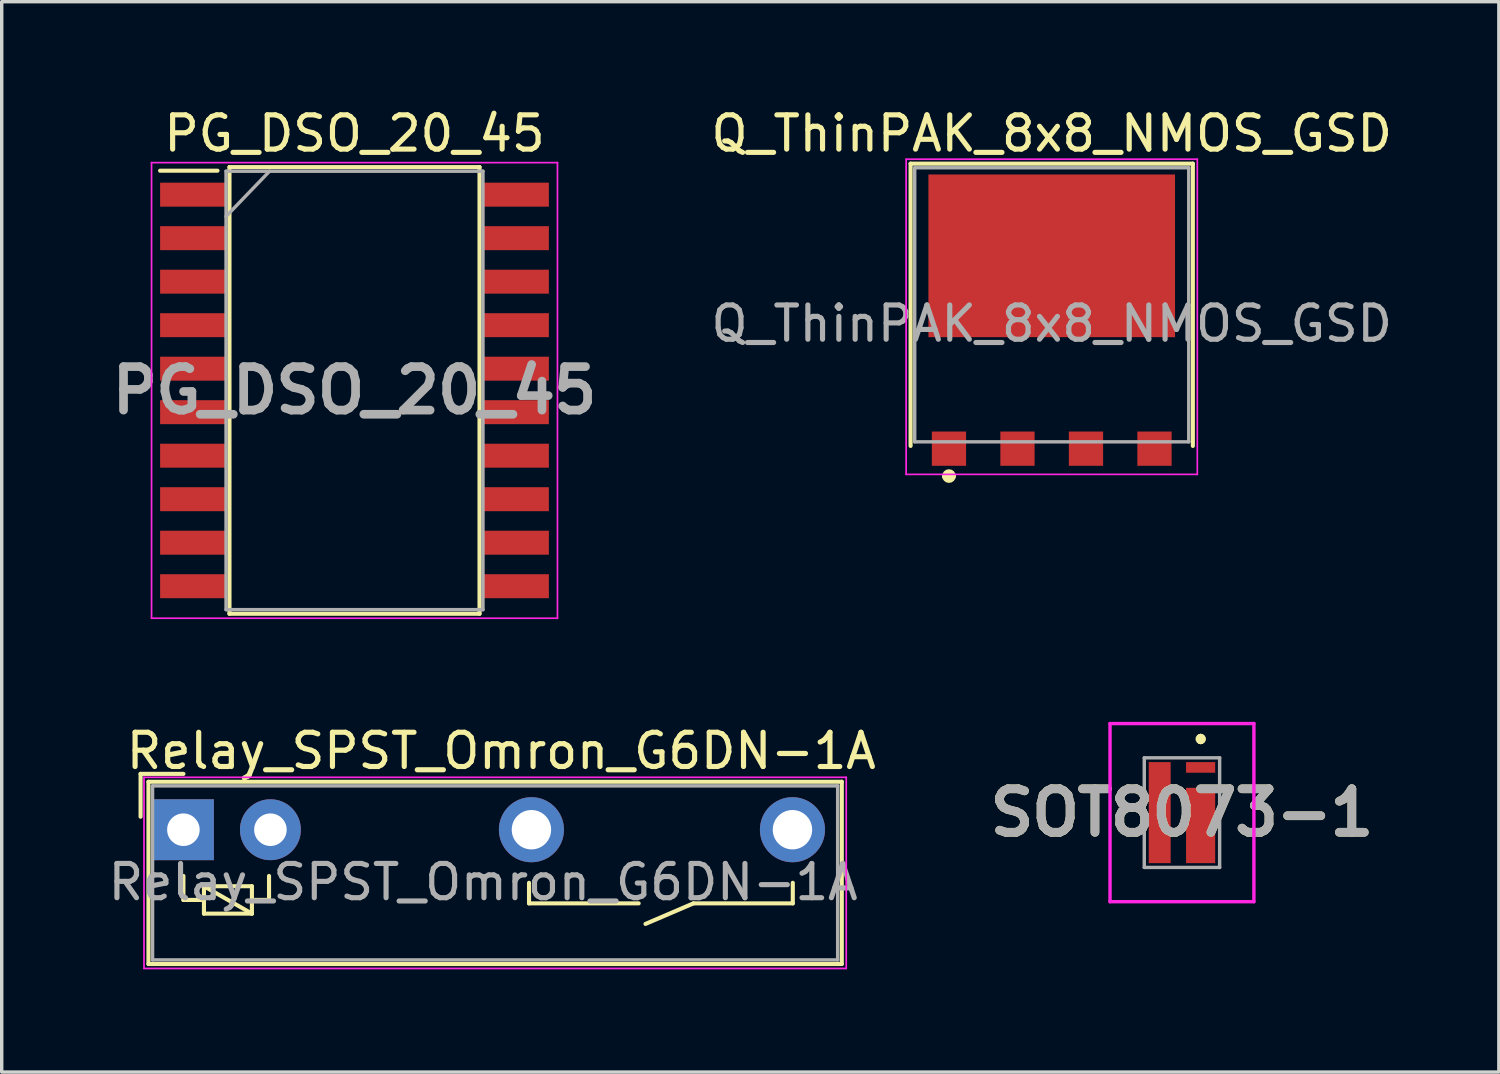
<source format=kicad_pcb>
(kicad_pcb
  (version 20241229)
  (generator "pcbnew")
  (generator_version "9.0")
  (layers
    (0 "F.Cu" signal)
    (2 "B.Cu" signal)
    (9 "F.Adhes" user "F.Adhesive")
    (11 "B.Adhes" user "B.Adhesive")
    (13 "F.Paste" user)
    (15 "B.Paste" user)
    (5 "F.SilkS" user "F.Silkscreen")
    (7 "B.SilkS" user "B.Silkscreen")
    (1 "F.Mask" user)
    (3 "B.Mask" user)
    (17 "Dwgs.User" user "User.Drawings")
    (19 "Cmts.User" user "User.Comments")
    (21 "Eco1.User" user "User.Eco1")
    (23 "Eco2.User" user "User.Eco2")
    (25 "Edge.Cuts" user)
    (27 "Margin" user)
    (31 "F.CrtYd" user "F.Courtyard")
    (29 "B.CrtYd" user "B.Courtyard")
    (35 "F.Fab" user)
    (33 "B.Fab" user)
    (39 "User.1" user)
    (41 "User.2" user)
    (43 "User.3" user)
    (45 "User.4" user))
  (footprint "PG_DSO_20_45"
    (layer "F.Cu")
    (at 7.299 8.348)
    (property "Reference" "PG_DSO_20_45" (at 0 -7.5 0) (layer "F.SilkS") (effects (font (size 1 1) (thickness 0.15))))
    (attr smd)
    (fp_line (start -5.675 -6.415) (end -4 -6.415) (stroke (width 0.12) (type solid)) (layer "F.SilkS"))
    (fp_line (start -3.65 -6.52) (end 3.65 -6.52) (stroke (width 0.12) (type solid)) (layer "F.SilkS"))
    (fp_line (start -3.65 6.52) (end -3.65 -6.52) (stroke (width 0.12) (type solid)) (layer "F.SilkS"))
    (fp_line (start 3.65 -6.52) (end 3.65 6.52) (stroke (width 0.12) (type solid)) (layer "F.SilkS"))
    (fp_line (start 3.65 6.52) (end -3.65 6.52) (stroke (width 0.12) (type solid)) (layer "F.SilkS"))
    (fp_line (start -5.925 -6.65) (end 5.925 -6.65) (stroke (width 0.05) (type solid)) (layer "F.CrtYd"))
    (fp_line (start -5.925 6.65) (end -5.925 -6.65) (stroke (width 0.05) (type solid)) (layer "F.CrtYd"))
    (fp_line (start 5.925 -6.65) (end 5.925 6.65) (stroke (width 0.05) (type solid)) (layer "F.CrtYd"))
    (fp_line (start 5.925 6.65) (end -5.925 6.65) (stroke (width 0.05) (type solid)) (layer "F.CrtYd"))
    (fp_line (start -3.75 -6.4) (end 3.75 -6.4) (stroke (width 0.1) (type solid)) (layer "F.Fab"))
    (fp_line (start -3.75 -5.08) (end -2.48 -6.4) (stroke (width 0.1) (type solid)) (layer "F.Fab"))
    (fp_line (start -3.75 6.4) (end -3.75 -6.4) (stroke (width 0.1) (type solid)) (layer "F.Fab"))
    (fp_line (start 3.75 -6.4) (end 3.75 6.4) (stroke (width 0.1) (type solid)) (layer "F.Fab"))
    (fp_line (start 3.75 6.4) (end -3.75 6.4) (stroke (width 0.1) (type solid)) (layer "F.Fab"))
    (fp_text user "${REFERENCE}" (at 0 0 0) (layer "F.Fab") (effects (font (size 1.27 1.27) (thickness 0.254))))
    (pad "1" smd rect (at -4.712 -5.715 90) (size 0.7 1.925) (layers "F.Cu" "F.Mask" "F.Paste"))
    (pad "2" smd rect (at -4.712 -4.445 90) (size 0.7 1.925) (layers "F.Cu" "F.Mask" "F.Paste"))
    (pad "3" smd rect (at -4.712 -3.175 90) (size 0.7 1.925) (layers "F.Cu" "F.Mask" "F.Paste"))
    (pad "4" smd rect (at -4.712 -1.905 90) (size 0.7 1.925) (layers "F.Cu" "F.Mask" "F.Paste"))
    (pad "5" smd rect (at -4.712 -0.635 90) (size 0.7 1.925) (layers "F.Cu" "F.Mask" "F.Paste"))
    (pad "6" smd rect (at -4.712 0.635 90) (size 0.7 1.925) (layers "F.Cu" "F.Mask" "F.Paste"))
    (pad "7" smd rect (at -4.712 1.905 90) (size 0.7 1.925) (layers "F.Cu" "F.Mask" "F.Paste"))
    (pad "8" smd rect (at -4.712 3.175 90) (size 0.7 1.925) (layers "F.Cu" "F.Mask" "F.Paste"))
    (pad "9" smd rect (at -4.712 4.445 90) (size 0.7 1.925) (layers "F.Cu" "F.Mask" "F.Paste"))
    (pad "10" smd rect (at -4.712 5.715 90) (size 0.7 1.925) (layers "F.Cu" "F.Mask" "F.Paste"))
    (pad "11" smd rect (at 4.712 5.715 90) (size 0.7 1.925) (layers "F.Cu" "F.Mask" "F.Paste"))
    (pad "12" smd rect (at 4.712 4.445 90) (size 0.7 1.925) (layers "F.Cu" "F.Mask" "F.Paste"))
    (pad "13" smd rect (at 4.712 3.175 90) (size 0.7 1.925) (layers "F.Cu" "F.Mask" "F.Paste"))
    (pad "14" smd rect (at 4.712 1.905 90) (size 0.7 1.925) (layers "F.Cu" "F.Mask" "F.Paste"))
    (pad "15" smd rect (at 4.712 0.635 90) (size 0.7 1.925) (layers "F.Cu" "F.Mask" "F.Paste"))
    (pad "16" smd rect (at 4.712 -0.635 90) (size 0.7 1.925) (layers "F.Cu" "F.Mask" "F.Paste"))
    (pad "17" smd rect (at 4.712 -1.905 90) (size 0.7 1.925) (layers "F.Cu" "F.Mask" "F.Paste"))
    (pad "18" smd rect (at 4.712 -3.175 90) (size 0.7 1.925) (layers "F.Cu" "F.Mask" "F.Paste"))
    (pad "19" smd rect (at 4.712 -4.445 90) (size 0.7 1.925) (layers "F.Cu" "F.Mask" "F.Paste"))
    (pad "20" smd rect (at 4.712 -5.715 90) (size 0.7 1.925) (layers "F.Cu" "F.Mask" "F.Paste")))
  (footprint "Q_ThinPAK_8x8_NMOS_GSD"
    (layer "F.Cu")
    (at 27.653 5.848)
    (property "Reference" "Q_ThinPAK_8x8_NMOS_GSD" (at 0 -5 0) (layer "F.SilkS") (effects (font (size 1 1) (thickness 0.15))))
    (attr smd)
    (fp_line (start -4.12 -4.12) (end 4.12 -4.12) (stroke (width 0.12) (type solid)) (layer "F.SilkS"))
    (fp_line (start -4.12 4.12) (end -4.12 -4.12) (stroke (width 0.12) (type solid)) (layer "F.SilkS"))
    (fp_line (start -3.1 5) (end -3.1 5) (stroke (width 0.2) (type solid)) (layer "F.SilkS"))
    (fp_line (start -2.9 5) (end -2.9 5) (stroke (width 0.2) (type solid)) (layer "F.SilkS"))
    (fp_line (start 4.12 -4.12) (end 4.12 4.12) (stroke (width 0.12) (type solid)) (layer "F.SilkS"))
    (fp_arc (start -3.1 5) (mid -3 4.9) (end -2.9 5) (stroke (width 0.2) (type solid)) (layer "F.SilkS"))
    (fp_arc (start -2.9 5) (mid -3 5.1) (end -3.1 5) (stroke (width 0.2) (type solid)) (layer "F.SilkS"))
    (fp_line (start -4.25 -4.25) (end -4.25 4.95) (stroke (width 0.05) (type default)) (layer "F.CrtYd"))
    (fp_line (start -4.25 -4.25) (end 4.25 -4.25) (stroke (width 0.05) (type default)) (layer "F.CrtYd"))
    (fp_line (start -4.25 4.95) (end 4.25 4.95) (stroke (width 0.05) (type default)) (layer "F.CrtYd"))
    (fp_line (start 4.25 -4.25) (end 4.25 4.95) (stroke (width 0.05) (type default)) (layer "F.CrtYd"))
    (fp_line (start -4 -4) (end 4 -4) (stroke (width 0.1) (type solid)) (layer "F.Fab"))
    (fp_line (start -4 4) (end -4 -4) (stroke (width 0.1) (type solid)) (layer "F.Fab"))
    (fp_line (start 4 -4) (end 4 4) (stroke (width 0.1) (type solid)) (layer "F.Fab"))
    (fp_line (start 4 4) (end -4 4) (stroke (width 0.1) (type solid)) (layer "F.Fab"))
    (fp_text user "${REFERENCE}" (at 0 0.55 0) (layer "F.Fab") (effects (font (size 1 1) (thickness 0.15))))
    (pad "1" smd rect (at -3 4.2 90) (size 1 1) (layers "F.Cu" "F.Mask" "F.Paste"))
    (pad "2" smd rect (at -1 4.2 90) (size 1 1) (layers "F.Cu" "F.Mask" "F.Paste"))
    (pad "2" smd rect (at 1 4.2 90) (size 1 1) (layers "F.Cu" "F.Mask" "F.Paste"))
    (pad "2" smd rect (at 3 4.2 90) (size 1 1) (layers "F.Cu" "F.Mask" "F.Paste"))
    (pad "3" smd rect (at 0 -1.43 90) (size 4.75 7.2) (layers "F.Cu" "F.Mask" "F.Paste")))
  (footprint "SOT8073-1"
    (layer "F.Cu")
    (at 31.455 20.673)
    (property "Reference" "SOT8073-1" (at 0 0 0) (layer "F.SilkS") (effects (font (size 1.27 1.27) (thickness 0.254))))
    (attr smd)
    (fp_line (start 0.545 -2.2) (end 0.545 -2.2) (stroke (width 0.2) (type solid)) (layer "F.SilkS"))
    (fp_line (start 0.545 -2.1) (end 0.545 -2.1) (stroke (width 0.2) (type solid)) (layer "F.SilkS"))
    (fp_line (start 0.545 -2.1) (end 0.545 -2.1) (stroke (width 0.2) (type solid)) (layer "F.SilkS"))
    (fp_arc (start 0.545 -2.2) (mid 0.595 -2.15) (end 0.545 -2.1) (stroke (width 0.2) (type solid)) (layer "F.SilkS"))
    (fp_arc (start 0.545 -2.2) (mid 0.595 -2.15) (end 0.545 -2.1) (stroke (width 0.2) (type solid)) (layer "F.SilkS"))
    (fp_arc (start 0.545 -2.1) (mid 0.495 -2.15) (end 0.545 -2.2) (stroke (width 0.2) (type solid)) (layer "F.SilkS"))
    (fp_line (start -2.1 -2.6) (end 2.1 -2.6) (stroke (width 0.1) (type solid)) (layer "F.CrtYd"))
    (fp_line (start -2.1 2.6) (end -2.1 -2.6) (stroke (width 0.1) (type solid)) (layer "F.CrtYd"))
    (fp_line (start 2.1 -2.6) (end 2.1 2.6) (stroke (width 0.1) (type solid)) (layer "F.CrtYd"))
    (fp_line (start 2.1 2.6) (end -2.1 2.6) (stroke (width 0.1) (type solid)) (layer "F.CrtYd"))
    (fp_line (start -1.1 -1.6) (end -1.1 1.6) (stroke (width 0.1) (type solid)) (layer "F.Fab"))
    (fp_line (start -1.1 1.6) (end 1.1 1.6) (stroke (width 0.1) (type solid)) (layer "F.Fab"))
    (fp_line (start 1.1 -1.6) (end -1.1 -1.6) (stroke (width 0.1) (type solid)) (layer "F.Fab"))
    (fp_line (start 1.1 1.6) (end 1.1 -1.6) (stroke (width 0.1) (type solid)) (layer "F.Fab"))
    (fp_text user "${REFERENCE}" (at 0 0 0) (layer "F.Fab") (effects (font (size 1.27 1.27) (thickness 0.254))))
    (pad "1" smd rect (at 0.545 -1.32 90) (size 0.31 0.85) (layers "F.Cu" "F.Mask" "F.Paste"))
    (pad "2" smd rect (at -0.65 0) (size 0.64 2.95) (layers "F.Cu" "F.Mask" "F.Paste"))
    (pad "3" smd rect (at 0.545 0.375) (size 0.85 2.2) (layers "F.Cu" "F.Mask" "F.Paste")))
  (footprint "Relay_SPST_Omron_G6DN-1A"
    (layer "F.Cu")
    (at 2.304 21.172)
    (property "Reference" "Relay_SPST_Omron_G6DN-1A" (at 9.28 -2.3 180) (layer "F.SilkS") (effects (font (size 1 1) (thickness 0.15))))
    (attr through_hole)
    (fp_line (start -1.25 -1.63) (end 0 -1.63) (stroke (width 0.12) (type solid)) (layer "F.SilkS"))
    (fp_line (start -1.25 -0.38) (end -1.25 -1.63) (stroke (width 0.12) (type solid)) (layer "F.SilkS"))
    (fp_line (start -1.02 -1.4) (end -1.02 3.92) (stroke (width 0.12) (type solid)) (layer "F.SilkS"))
    (fp_line (start -1.02 3.92) (end 19.22 3.92) (stroke (width 0.12) (type solid)) (layer "F.SilkS"))
    (fp_line (start 0 1.35) (end 0 2.05) (stroke (width 0.12) (type solid)) (layer "F.SilkS"))
    (fp_line (start 0 2.05) (end 0.6 2.05) (stroke (width 0.12) (type solid)) (layer "F.SilkS"))
    (fp_line (start 0.6 1.65) (end 2 1.65) (stroke (width 0.12) (type solid)) (layer "F.SilkS"))
    (fp_line (start 0.6 1.65) (end 2 2.45) (stroke (width 0.12) (type solid)) (layer "F.SilkS"))
    (fp_line (start 0.6 2.05) (end 0.6 1.65) (stroke (width 0.12) (type solid)) (layer "F.SilkS"))
    (fp_line (start 0.6 2.45) (end 0.6 2.05) (stroke (width 0.12) (type solid)) (layer "F.SilkS"))
    (fp_line (start 2 1.65) (end 2 2.45) (stroke (width 0.12) (type solid)) (layer "F.SilkS"))
    (fp_line (start 2 2.05) (end 2.5 2.05) (stroke (width 0.12) (type solid)) (layer "F.SilkS"))
    (fp_line (start 2 2.45) (end 0.6 2.45) (stroke (width 0.12) (type solid)) (layer "F.SilkS"))
    (fp_line (start 2.5 2.05) (end 2.5 1.35) (stroke (width 0.12) (type solid)) (layer "F.SilkS"))
    (fp_line (start 10.09 2.15) (end 10.09 1.55) (stroke (width 0.12) (type solid)) (layer "F.SilkS"))
    (fp_line (start 13.29 2.15) (end 10.09 2.15) (stroke (width 0.12) (type solid)) (layer "F.SilkS"))
    (fp_line (start 14.89 2.15) (end 13.49 2.75) (stroke (width 0.12) (type solid)) (layer "F.SilkS"))
    (fp_line (start 17.79 1.55) (end 17.79 2.15) (stroke (width 0.12) (type solid)) (layer "F.SilkS"))
    (fp_line (start 17.79 2.15) (end 14.89 2.15) (stroke (width 0.12) (type solid)) (layer "F.SilkS"))
    (fp_line (start 19.22 -1.4) (end -1.02 -1.4) (stroke (width 0.12) (type solid)) (layer "F.SilkS"))
    (fp_line (start 19.22 3.92) (end 19.22 -1.4) (stroke (width 0.12) (type solid)) (layer "F.SilkS"))
    (fp_line (start -1.15 -1.53) (end -1.15 4.05) (stroke (width 0.05) (type solid)) (layer "F.CrtYd"))
    (fp_line (start -1.15 4.05) (end 19.35 4.05) (stroke (width 0.05) (type solid)) (layer "F.CrtYd"))
    (fp_line (start 19.35 -1.53) (end -1.15 -1.53) (stroke (width 0.05) (type solid)) (layer "F.CrtYd"))
    (fp_line (start 19.35 4.05) (end 19.35 -1.53) (stroke (width 0.05) (type solid)) (layer "F.CrtYd"))
    (fp_line (start -0.9 3.8) (end -0.9 -1.28) (stroke (width 0.1) (type solid)) (layer "F.Fab"))
    (fp_line (start 19.1 -1.28) (end -0.9 -1.28) (stroke (width 0.1) (type solid)) (layer "F.Fab"))
    (fp_line (start 19.1 -1.28) (end 19.1 3.8) (stroke (width 0.1) (type solid)) (layer "F.Fab"))
    (fp_line (start 19.1 3.8) (end -0.9 3.8) (stroke (width 0.1) (type solid)) (layer "F.Fab"))
    (fp_text user "${REFERENCE}" (at 8.75 1.53 0) (layer "F.Fab") (effects (font (size 1 1) (thickness 0.15))))
    (pad "13" thru_hole circle (at 10.16 0) (size 1.9 1.9) (drill 1.15) (layers "*.Cu" "*.Mask"))
    (pad "14" thru_hole circle (at 17.78 0) (size 1.9 1.9) (drill 1.15) (layers "*.Cu" "*.Mask"))
    (pad "A1" thru_hole rect (at 0 0) (size 1.778 1.778) (drill 0.95) (layers "*.Cu" "*.Mask"))
    (pad "A2" thru_hole circle (at 2.54 0) (size 1.778 1.778) (drill 0.95) (layers "*.Cu" "*.Mask")))
  (gr_rect
    (start -3 -3)
    (end 40.706 28.247)
    (stroke (width 0.1) (type default))
    (fill no)
    (layer "Edge.Cuts")))
</source>
